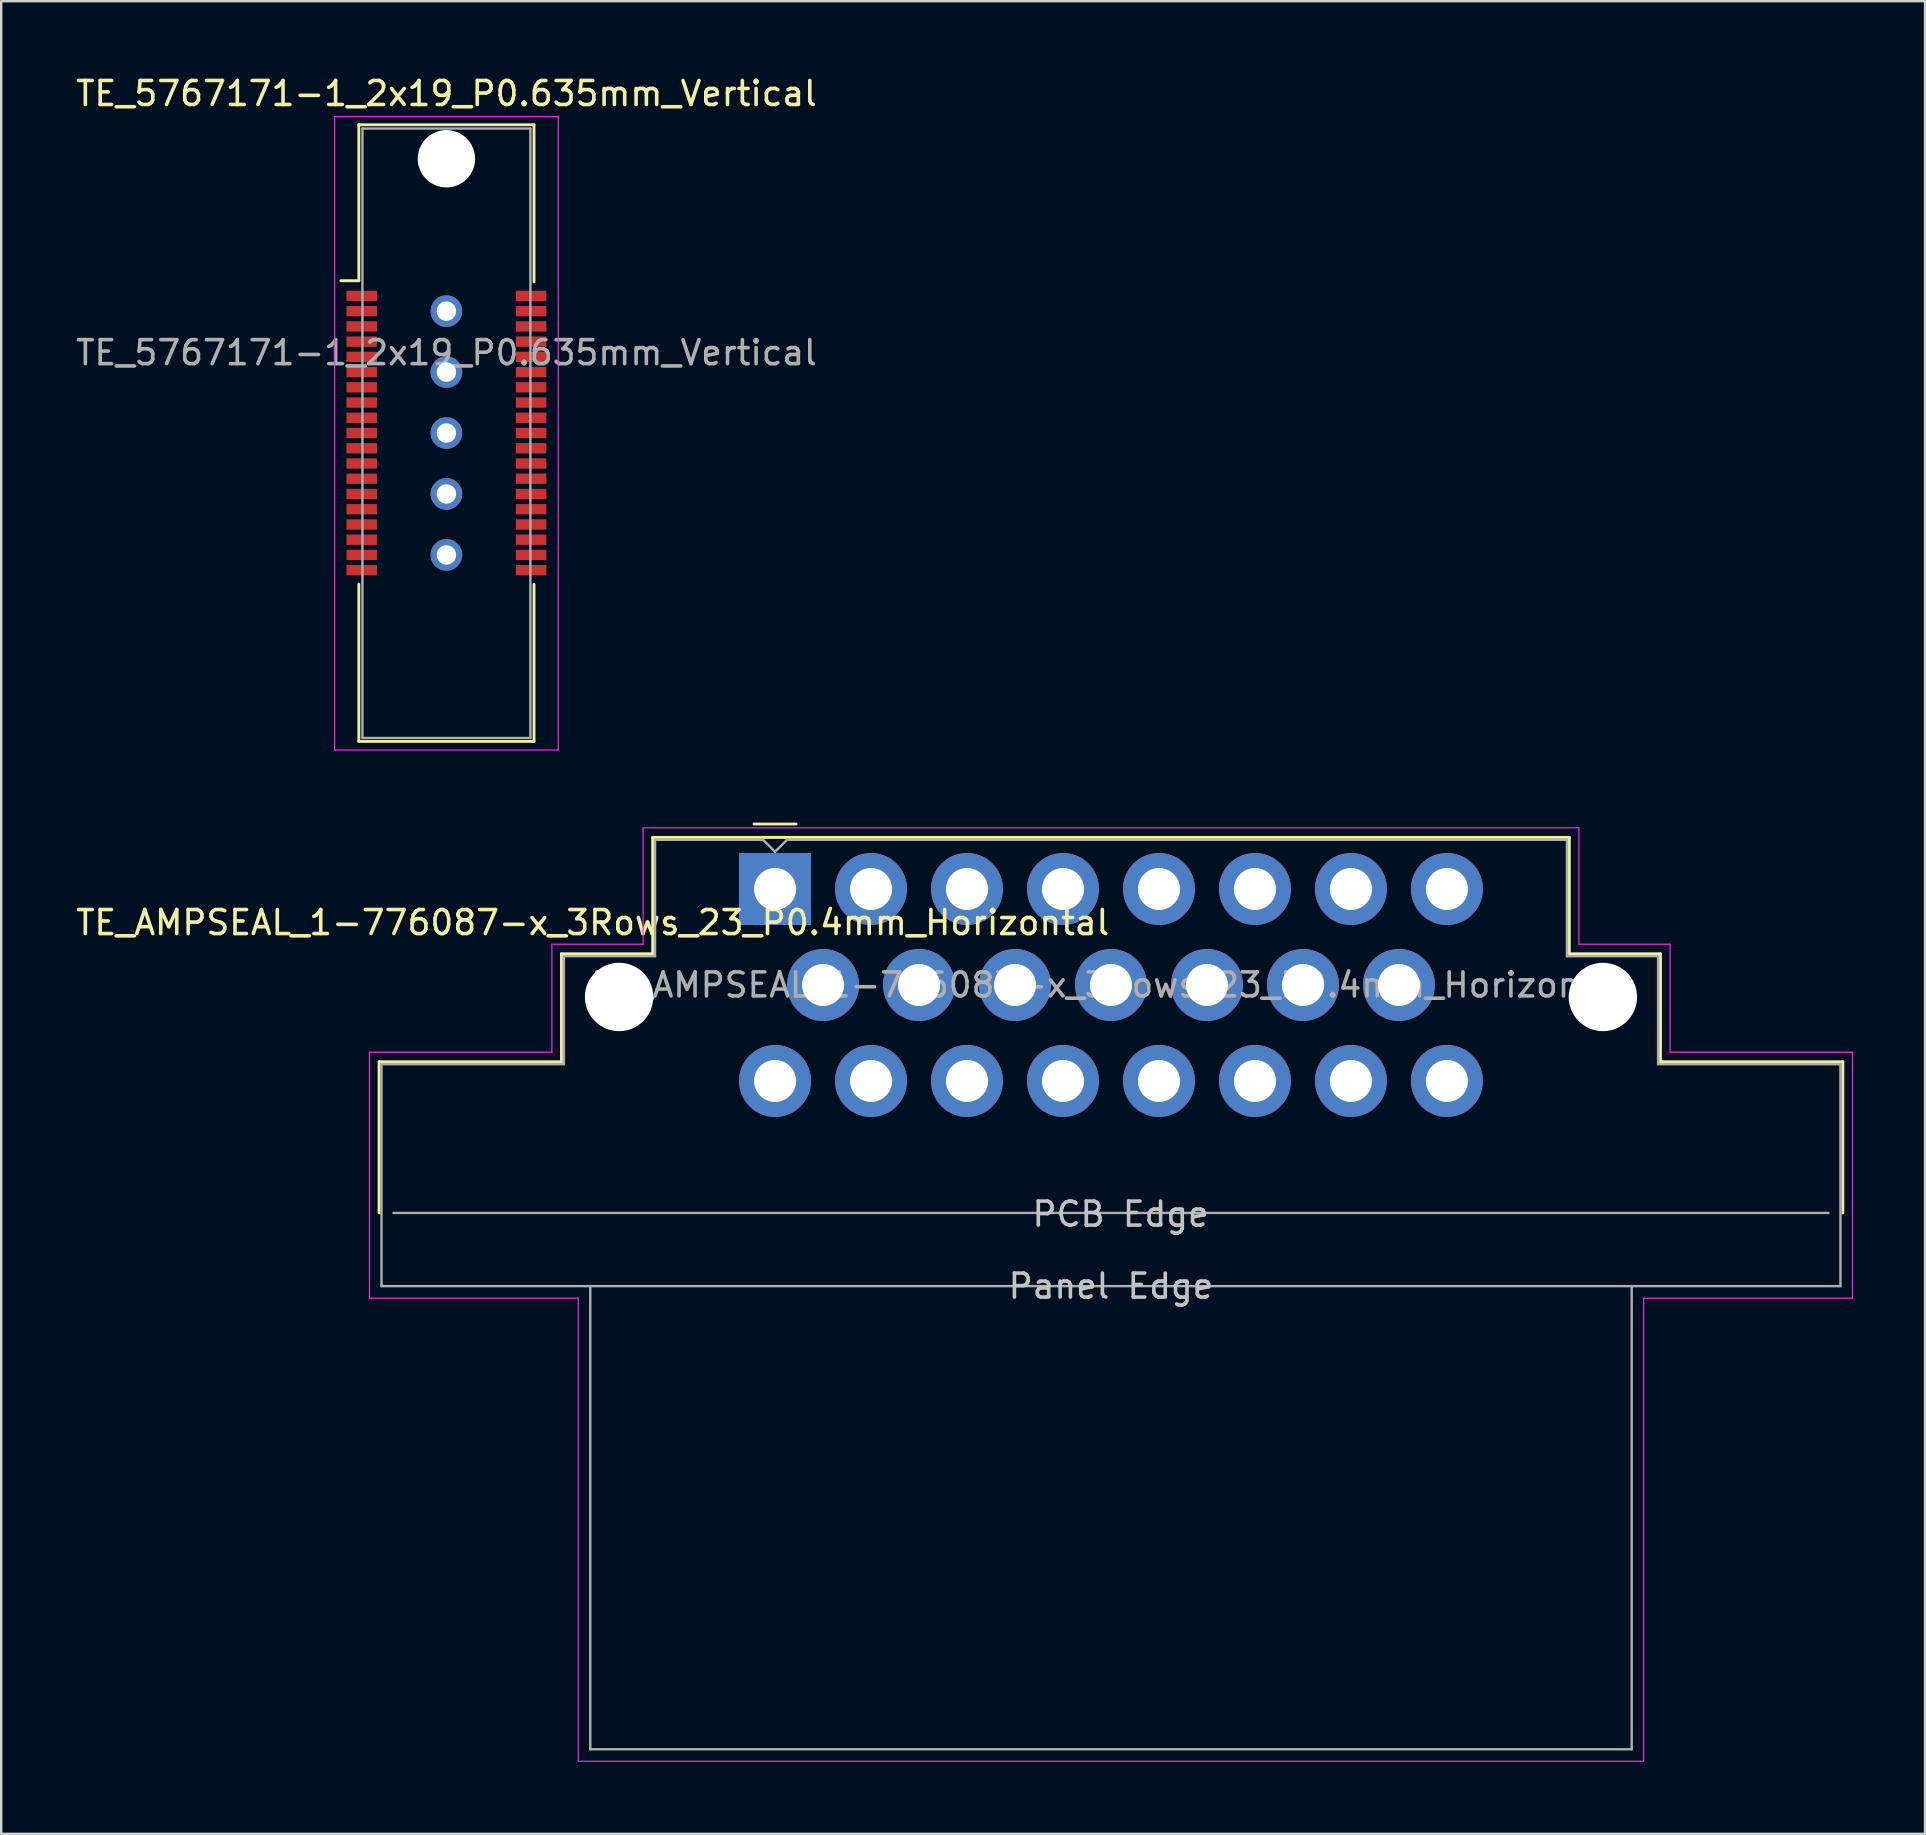
<source format=kicad_pcb>
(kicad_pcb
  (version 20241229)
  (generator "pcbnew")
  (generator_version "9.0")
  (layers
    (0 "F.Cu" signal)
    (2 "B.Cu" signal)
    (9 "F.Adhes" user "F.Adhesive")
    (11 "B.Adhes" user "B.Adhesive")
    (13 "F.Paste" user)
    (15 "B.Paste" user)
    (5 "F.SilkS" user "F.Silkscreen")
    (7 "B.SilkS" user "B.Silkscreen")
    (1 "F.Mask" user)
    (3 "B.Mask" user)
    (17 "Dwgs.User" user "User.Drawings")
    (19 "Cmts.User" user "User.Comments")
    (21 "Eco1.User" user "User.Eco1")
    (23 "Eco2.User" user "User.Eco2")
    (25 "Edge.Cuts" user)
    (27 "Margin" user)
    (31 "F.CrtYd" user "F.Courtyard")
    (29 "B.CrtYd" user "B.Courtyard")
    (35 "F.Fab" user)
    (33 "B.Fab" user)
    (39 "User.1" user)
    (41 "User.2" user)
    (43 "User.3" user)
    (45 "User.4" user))
  (footprint "TE_5767171-1_2x19_P0.635mm_Vertical"
    (layer "F.Cu")
    (at 15.554 15.006)
    (property "Reference" "TE_5767171-1_2x19_P0.635mm_Vertical" (at 0 -14.158 0) (layer "F.SilkS") (effects (font (size 1 1) (thickness 0.15))))
    (attr smd)
    (fp_line (start -3.65 -12.857) (end 3.65 -12.857) (stroke (width 0.12) (type solid)) (layer "F.SilkS"))
    (fp_line (start -3.65 -6.357) (end -4.4 -6.357) (stroke (width 0.12) (type solid)) (layer "F.SilkS"))
    (fp_line (start -3.65 -6.357) (end -3.65 -12.857) (stroke (width 0.12) (type solid)) (layer "F.SilkS"))
    (fp_line (start -3.65 12.842) (end -3.65 6.293) (stroke (width 0.12) (type solid)) (layer "F.SilkS"))
    (fp_line (start 3.65 -12.857) (end 3.65 -6.308) (stroke (width 0.12) (type solid)) (layer "F.SilkS"))
    (fp_line (start 3.65 6.293) (end 3.65 12.842) (stroke (width 0.12) (type solid)) (layer "F.SilkS"))
    (fp_line (start 3.65 12.842) (end -3.65 12.842) (stroke (width 0.12) (type solid)) (layer "F.SilkS"))
    (fp_line (start -4.66 -13.2) (end 4.66 -13.2) (stroke (width 0.05) (type solid)) (layer "F.CrtYd"))
    (fp_line (start -4.66 13.2) (end -4.66 -13.2) (stroke (width 0.05) (type solid)) (layer "F.CrtYd"))
    (fp_line (start 4.66 -13.2) (end 4.66 13.2) (stroke (width 0.05) (type solid)) (layer "F.CrtYd"))
    (fp_line (start 4.66 13.2) (end -4.66 13.2) (stroke (width 0.05) (type solid)) (layer "F.CrtYd"))
    (fp_line (start -3.5 -12.7) (end 3.5 -12.7) (stroke (width 0.1) (type solid)) (layer "F.Fab"))
    (fp_line (start -3.5 12.7) (end -3.5 -12.7) (stroke (width 0.1) (type solid)) (layer "F.Fab"))
    (fp_line (start -3.5 12.7) (end 3.5 12.7) (stroke (width 0.1) (type solid)) (layer "F.Fab"))
    (fp_line (start 3.5 -12.7) (end 3.5 12.7) (stroke (width 0.1) (type solid)) (layer "F.Fab"))
    (fp_text user "${REFERENCE}" (at 0 -3.357 0) (layer "F.Fab") (effects (font (size 1 1) (thickness 0.15))))
    (pad "" np_thru_hole circle (at 0 -11.44 90) (size 2.39 2.39) (drill 2.39) (layers "*.Cu" "*.Mask"))
    (pad "1" smd rect (at -3.53 -5.725 180) (size 1.27 0.43) (layers "F.Cu" "F.Mask" "F.Paste"))
    (pad "2" smd rect (at 3.53 -5.725 180) (size 1.27 0.43) (layers "F.Cu" "F.Mask" "F.Paste"))
    (pad "3" smd rect (at -3.53 -5.09 180) (size 1.27 0.43) (layers "F.Cu" "F.Mask" "F.Paste"))
    (pad "4" smd rect (at 3.53 -5.09 180) (size 1.27 0.43) (layers "F.Cu" "F.Mask" "F.Paste"))
    (pad "5" smd rect (at -3.53 -4.455 180) (size 1.27 0.43) (layers "F.Cu" "F.Mask" "F.Paste"))
    (pad "6" smd rect (at 3.53 -4.455 180) (size 1.27 0.43) (layers "F.Cu" "F.Mask" "F.Paste"))
    (pad "7" smd rect (at -3.53 -3.82 180) (size 1.27 0.43) (layers "F.Cu" "F.Mask" "F.Paste"))
    (pad "8" smd rect (at 3.53 -3.82 180) (size 1.27 0.43) (layers "F.Cu" "F.Mask" "F.Paste"))
    (pad "9" smd rect (at -3.53 -3.185 180) (size 1.27 0.43) (layers "F.Cu" "F.Mask" "F.Paste"))
    (pad "10" smd rect (at 3.53 -3.185 180) (size 1.27 0.43) (layers "F.Cu" "F.Mask" "F.Paste"))
    (pad "11" smd rect (at -3.53 -2.55 180) (size 1.27 0.43) (layers "F.Cu" "F.Mask" "F.Paste"))
    (pad "12" smd rect (at 3.53 -2.55 180) (size 1.27 0.43) (layers "F.Cu" "F.Mask" "F.Paste"))
    (pad "13" smd rect (at -3.53 -1.915 180) (size 1.27 0.43) (layers "F.Cu" "F.Mask" "F.Paste"))
    (pad "14" smd rect (at 3.53 -1.915 180) (size 1.27 0.43) (layers "F.Cu" "F.Mask" "F.Paste"))
    (pad "15" smd rect (at -3.53 -1.28 180) (size 1.27 0.43) (layers "F.Cu" "F.Mask" "F.Paste"))
    (pad "16" smd rect (at 3.53 -1.28 180) (size 1.27 0.43) (layers "F.Cu" "F.Mask" "F.Paste"))
    (pad "17" smd rect (at -3.53 -0.645 180) (size 1.27 0.43) (layers "F.Cu" "F.Mask" "F.Paste"))
    (pad "18" smd rect (at 3.53 -0.645 180) (size 1.27 0.43) (layers "F.Cu" "F.Mask" "F.Paste"))
    (pad "19" smd rect (at -3.53 -0.01 180) (size 1.27 0.43) (layers "F.Cu" "F.Mask" "F.Paste"))
    (pad "20" smd rect (at 3.53 -0.01 180) (size 1.27 0.43) (layers "F.Cu" "F.Mask" "F.Paste"))
    (pad "21" smd rect (at -3.53 0.625 180) (size 1.27 0.43) (layers "F.Cu" "F.Mask" "F.Paste"))
    (pad "22" smd rect (at 3.53 0.625 180) (size 1.27 0.43) (layers "F.Cu" "F.Mask" "F.Paste"))
    (pad "23" smd rect (at -3.53 1.26 180) (size 1.27 0.43) (layers "F.Cu" "F.Mask" "F.Paste"))
    (pad "24" smd rect (at 3.53 1.26 180) (size 1.27 0.43) (layers "F.Cu" "F.Mask" "F.Paste"))
    (pad "25" smd rect (at -3.53 1.895 180) (size 1.27 0.43) (layers "F.Cu" "F.Mask" "F.Paste"))
    (pad "26" smd rect (at 3.53 1.895 180) (size 1.27 0.43) (layers "F.Cu" "F.Mask" "F.Paste"))
    (pad "27" smd rect (at -3.53 2.53 180) (size 1.27 0.43) (layers "F.Cu" "F.Mask" "F.Paste"))
    (pad "28" smd rect (at 3.53 2.53 180) (size 1.27 0.43) (layers "F.Cu" "F.Mask" "F.Paste"))
    (pad "29" smd rect (at -3.53 3.165 180) (size 1.27 0.43) (layers "F.Cu" "F.Mask" "F.Paste"))
    (pad "30" smd rect (at 3.53 3.165 180) (size 1.27 0.43) (layers "F.Cu" "F.Mask" "F.Paste"))
    (pad "31" smd rect (at -3.53 3.8 180) (size 1.27 0.43) (layers "F.Cu" "F.Mask" "F.Paste"))
    (pad "32" smd rect (at 3.53 3.8 180) (size 1.27 0.43) (layers "F.Cu" "F.Mask" "F.Paste"))
    (pad "33" smd rect (at -3.53 4.435 180) (size 1.27 0.43) (layers "F.Cu" "F.Mask" "F.Paste"))
    (pad "34" smd rect (at 3.53 4.435 180) (size 1.27 0.43) (layers "F.Cu" "F.Mask" "F.Paste"))
    (pad "35" smd rect (at -3.53 5.07 180) (size 1.27 0.43) (layers "F.Cu" "F.Mask" "F.Paste"))
    (pad "36" smd rect (at 3.53 5.07 180) (size 1.27 0.43) (layers "F.Cu" "F.Mask" "F.Paste"))
    (pad "37" smd rect (at -3.53 5.705 180) (size 1.27 0.43) (layers "F.Cu" "F.Mask" "F.Paste"))
    (pad "38" smd rect (at 3.53 5.705 180) (size 1.27 0.43) (layers "F.Cu" "F.Mask" "F.Paste"))
    (pad "SH" thru_hole circle (at 0 -5.09 90) (size 1.318 1.318) (drill 0.81) (layers "*.Cu" "*.Mask"))
    (pad "SH" thru_hole circle (at 0 -2.55 90) (size 1.318 1.318) (drill 0.81) (layers "*.Cu" "*.Mask"))
    (pad "SH" thru_hole circle (at 0 -0.01 90) (size 1.318 1.318) (drill 0.81) (layers "*.Cu" "*.Mask"))
    (pad "SH" thru_hole circle (at 0 2.53 90) (size 1.318 1.318) (drill 0.81) (layers "*.Cu" "*.Mask"))
    (pad "SH" thru_hole circle (at 0 5.07 90) (size 1.318 1.318) (drill 0.81) (layers "*.Cu" "*.Mask")))
  (footprint "TE_AMPSEAL_1-776087-x_3Rows_23_P0.4mm_Horizontal"
    (layer "F.Cu")
    (at 29.249 33.998)
    (property "Reference" "TE_AMPSEAL_1-776087-x_3Rows_23_P0.4mm_Horizontal" (at -7.6 1.4 0) (layer "F.SilkS") (effects (font (size 1 1) (thickness 0.15))))
    (attr through_hole)
    (fp_line (start -16.5 7.2) (end -8.9 7.2) (stroke (width 0.12) (type solid)) (layer "F.SilkS"))
    (fp_line (start -16.5 13.5) (end -16.5 7.2) (stroke (width 0.12) (type solid)) (layer "F.SilkS"))
    (fp_line (start -8.9 2.7) (end -5.1 2.7) (stroke (width 0.12) (type solid)) (layer "F.SilkS"))
    (fp_line (start -8.9 7.2) (end -8.9 2.7) (stroke (width 0.12) (type solid)) (layer "F.SilkS"))
    (fp_line (start -5.1 -2.15) (end 33.1 -2.15) (stroke (width 0.12) (type solid)) (layer "F.SilkS"))
    (fp_line (start -5.1 2.7) (end -5.1 -2.15) (stroke (width 0.12) (type solid)) (layer "F.SilkS"))
    (fp_line (start -0.875 -2.708) (end 0.875 -2.708) (stroke (width 0.12) (type solid)) (layer "F.SilkS"))
    (fp_line (start 33.1 -2.15) (end 33.1 2.7) (stroke (width 0.12) (type solid)) (layer "F.SilkS"))
    (fp_line (start 33.1 2.7) (end 36.9 2.7) (stroke (width 0.12) (type solid)) (layer "F.SilkS"))
    (fp_line (start 36.9 2.7) (end 36.9 7.2) (stroke (width 0.12) (type solid)) (layer "F.SilkS"))
    (fp_line (start 36.9 7.2) (end 44.5 7.2) (stroke (width 0.12) (type solid)) (layer "F.SilkS"))
    (fp_line (start 44.5 7.2) (end 44.5 13.5) (stroke (width 0.12) (type solid)) (layer "F.SilkS"))
    (fp_line (start -16.9 6.8) (end -9.3 6.8) (stroke (width 0.05) (type solid)) (layer "F.CrtYd"))
    (fp_line (start -16.9 17.05) (end -16.9 6.8) (stroke (width 0.05) (type solid)) (layer "F.CrtYd"))
    (fp_line (start -16.9 17.05) (end -8.2 17.05) (stroke (width 0.05) (type solid)) (layer "F.CrtYd"))
    (fp_line (start -9.3 2.3) (end -5.5 2.3) (stroke (width 0.05) (type solid)) (layer "F.CrtYd"))
    (fp_line (start -9.3 6.8) (end -9.3 2.3) (stroke (width 0.05) (type solid)) (layer "F.CrtYd"))
    (fp_line (start -8.2 17.05) (end -8.2 36.35) (stroke (width 0.05) (type solid)) (layer "F.CrtYd"))
    (fp_line (start -8.2 36.35) (end 36.2 36.35) (stroke (width 0.05) (type solid)) (layer "F.CrtYd"))
    (fp_line (start -5.5 -2.55) (end 33.5 -2.55) (stroke (width 0.05) (type solid)) (layer "F.CrtYd"))
    (fp_line (start -5.5 2.3) (end -5.5 -2.55) (stroke (width 0.05) (type solid)) (layer "F.CrtYd"))
    (fp_line (start 33.5 -2.55) (end 33.5 2.3) (stroke (width 0.05) (type solid)) (layer "F.CrtYd"))
    (fp_line (start 33.5 2.3) (end 37.3 2.3) (stroke (width 0.05) (type solid)) (layer "F.CrtYd"))
    (fp_line (start 36.2 17.05) (end 44.9 17.05) (stroke (width 0.05) (type solid)) (layer "F.CrtYd"))
    (fp_line (start 36.2 36.35) (end 36.2 17.05) (stroke (width 0.05) (type solid)) (layer "F.CrtYd"))
    (fp_line (start 37.3 2.3) (end 37.3 6.8) (stroke (width 0.05) (type solid)) (layer "F.CrtYd"))
    (fp_line (start 37.3 6.8) (end 44.9 6.8) (stroke (width 0.05) (type solid)) (layer "F.CrtYd"))
    (fp_line (start 44.9 6.8) (end 44.9 17.05) (stroke (width 0.05) (type solid)) (layer "F.CrtYd"))
    (fp_line (start -16.4 16.55) (end -16.4 7.3) (stroke (width 0.1) (type solid)) (layer "F.Fab"))
    (fp_line (start -16.4 16.55) (end 44.4 16.55) (stroke (width 0.1) (type solid)) (layer "F.Fab"))
    (fp_line (start -15.9 13.5) (end 43.9 13.5) (stroke (width 0.1) (type solid)) (layer "F.Fab"))
    (fp_line (start -8.8 2.8) (end -8.8 7.3) (stroke (width 0.1) (type solid)) (layer "F.Fab"))
    (fp_line (start -8.8 2.8) (end -5 2.8) (stroke (width 0.1) (type solid)) (layer "F.Fab"))
    (fp_line (start -8.8 7.3) (end -16.4 7.3) (stroke (width 0.1) (type solid)) (layer "F.Fab"))
    (fp_line (start -7.7 16.55) (end -7.7 35.85) (stroke (width 0.1) (type solid)) (layer "F.Fab"))
    (fp_line (start -7.7 35.85) (end 35.7 35.85) (stroke (width 0.1) (type solid)) (layer "F.Fab"))
    (fp_line (start -5 -2.05) (end -5 2.8) (stroke (width 0.1) (type solid)) (layer "F.Fab"))
    (fp_line (start -0.5 -2.05) (end -5 -2.05) (stroke (width 0.1) (type solid)) (layer "F.Fab"))
    (fp_line (start 0 -1.55) (end -0.5 -2.05) (stroke (width 0.1) (type solid)) (layer "F.Fab"))
    (fp_line (start 0 -1.55) (end 0.5 -2.05) (stroke (width 0.1) (type solid)) (layer "F.Fab"))
    (fp_line (start 0.5 -2.05) (end 33 -2.05) (stroke (width 0.1) (type solid)) (layer "F.Fab"))
    (fp_line (start 33 -2.05) (end 33 2.8) (stroke (width 0.1) (type solid)) (layer "F.Fab"))
    (fp_line (start 33 2.8) (end 36.8 2.8) (stroke (width 0.1) (type solid)) (layer "F.Fab"))
    (fp_line (start 35.7 35.85) (end 35.7 16.55) (stroke (width 0.1) (type solid)) (layer "F.Fab"))
    (fp_line (start 36.8 2.8) (end 36.8 7.3) (stroke (width 0.1) (type solid)) (layer "F.Fab"))
    (fp_line (start 36.8 7.3) (end 44.4 7.3) (stroke (width 0.1) (type solid)) (layer "F.Fab"))
    (fp_line (start 44.4 7.3) (end 44.4 16.55) (stroke (width 0.1) (type solid)) (layer "F.Fab"))
    (fp_text user "PCB Edge" (at 14.4 13.55 0) (layer "Dwgs.User") (effects (font (size 1 1) (thickness 0.15))))
    (fp_text user "Panel Edge" (at 14 16.55 0) (layer "Dwgs.User") (effects (font (size 1 1) (thickness 0.15))))
    (fp_text user "${REFERENCE}" (at 14 4 0) (layer "F.Fab") (effects (font (size 1 1) (thickness 0.15))))
    (pad "" np_thru_hole circle (at -6.5 4.5) (size 2.85 2.85) (drill 2.85) (layers "*.Cu"))
    (pad "" np_thru_hole circle (at 34.5 4.5) (size 2.85 2.85) (drill 2.85) (layers "*.Cu"))
    (pad "1" thru_hole rect (at 0 0) (size 3 3) (drill 1.75) (layers "*.Cu" "*.Mask"))
    (pad "2" thru_hole circle (at 4 0) (size 3 3) (drill 1.75) (layers "*.Cu" "*.Mask"))
    (pad "3" thru_hole circle (at 8 0) (size 3 3) (drill 1.75) (layers "*.Cu" "*.Mask"))
    (pad "4" thru_hole circle (at 12 0) (size 3 3) (drill 1.75) (layers "*.Cu" "*.Mask"))
    (pad "5" thru_hole circle (at 16 0) (size 3 3) (drill 1.75) (layers "*.Cu" "*.Mask"))
    (pad "6" thru_hole circle (at 20 0) (size 3 3) (drill 1.75) (layers "*.Cu" "*.Mask"))
    (pad "7" thru_hole circle (at 24 0) (size 3 3) (drill 1.75) (layers "*.Cu" "*.Mask"))
    (pad "8" thru_hole circle (at 28 0) (size 3 3) (drill 1.75) (layers "*.Cu" "*.Mask"))
    (pad "9" thru_hole circle (at 2 4) (size 3 3) (drill 1.75) (layers "*.Cu" "*.Mask"))
    (pad "10" thru_hole circle (at 6 4) (size 3 3) (drill 1.75) (layers "*.Cu" "*.Mask"))
    (pad "11" thru_hole circle (at 10 4) (size 3 3) (drill 1.75) (layers "*.Cu" "*.Mask"))
    (pad "12" thru_hole circle (at 14 4) (size 3 3) (drill 1.75) (layers "*.Cu" "*.Mask"))
    (pad "13" thru_hole circle (at 18 4) (size 3 3) (drill 1.75) (layers "*.Cu" "*.Mask"))
    (pad "14" thru_hole circle (at 22 4) (size 3 3) (drill 1.75) (layers "*.Cu" "*.Mask"))
    (pad "15" thru_hole circle (at 26 4) (size 3 3) (drill 1.75) (layers "*.Cu" "*.Mask"))
    (pad "16" thru_hole circle (at 0 8) (size 3 3) (drill 1.75) (layers "*.Cu" "*.Mask"))
    (pad "17" thru_hole circle (at 4 8) (size 3 3) (drill 1.75) (layers "*.Cu" "*.Mask"))
    (pad "18" thru_hole circle (at 8 8) (size 3 3) (drill 1.75) (layers "*.Cu" "*.Mask"))
    (pad "19" thru_hole circle (at 12 8) (size 3 3) (drill 1.75) (layers "*.Cu" "*.Mask"))
    (pad "20" thru_hole circle (at 16 8) (size 3 3) (drill 1.75) (layers "*.Cu" "*.Mask"))
    (pad "21" thru_hole circle (at 20 8) (size 3 3) (drill 1.75) (layers "*.Cu" "*.Mask"))
    (pad "22" thru_hole circle (at 24 8) (size 3 3) (drill 1.75) (layers "*.Cu" "*.Mask"))
    (pad "23" thru_hole circle (at 28 8) (size 3 3) (drill 1.75) (layers "*.Cu" "*.Mask")))
  (gr_rect
    (start -3 -3)
    (end 77.174 73.373)
    (stroke (width 0.1) (type default))
    (fill no)
    (layer "Edge.Cuts")))
</source>
